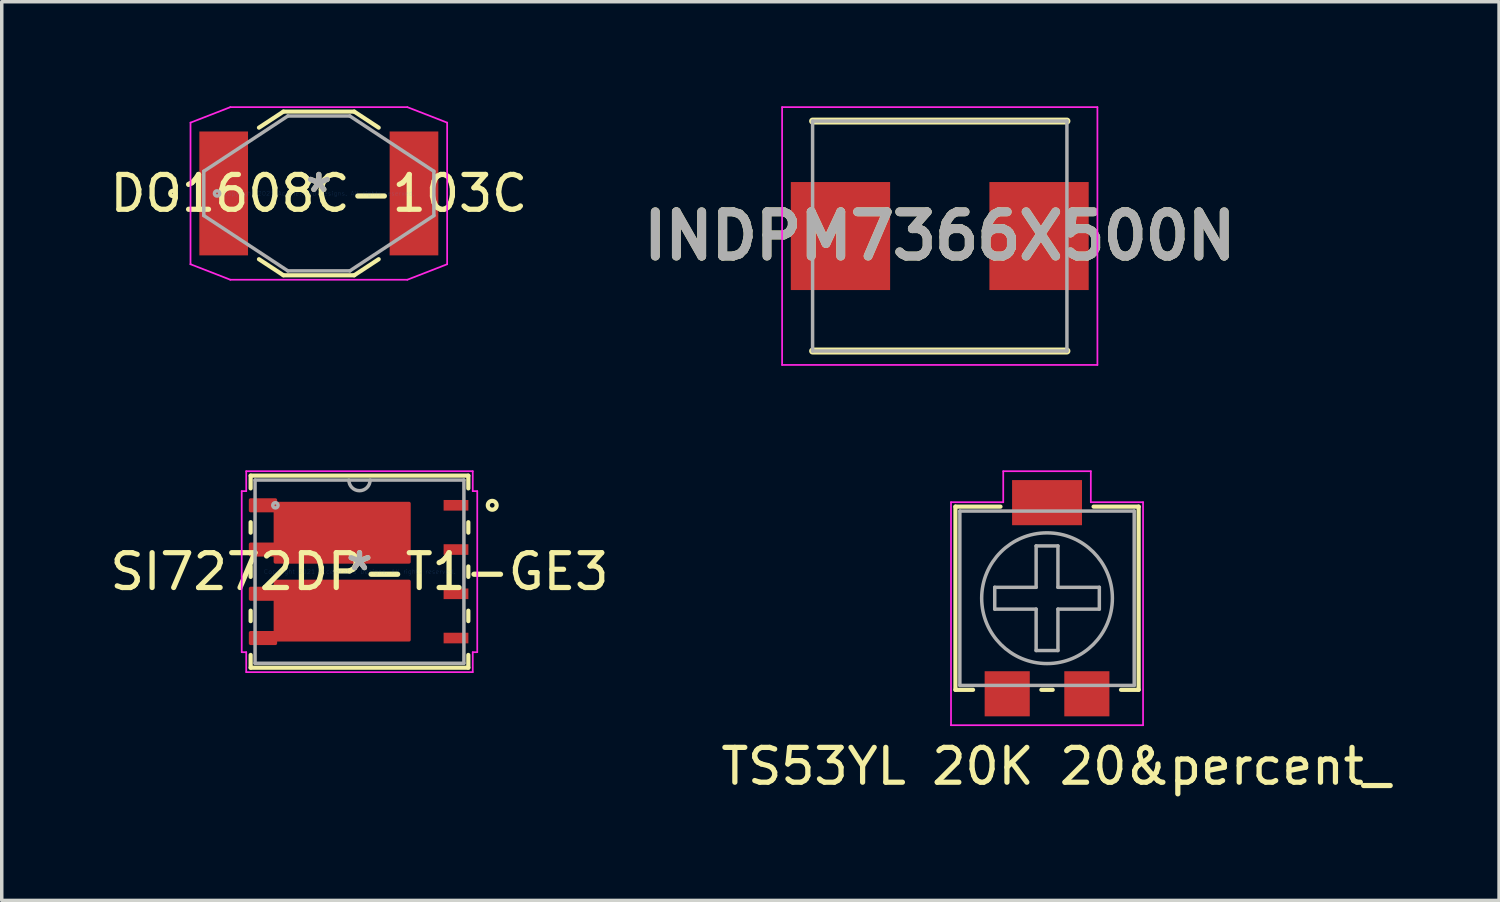
<source format=kicad_pcb>
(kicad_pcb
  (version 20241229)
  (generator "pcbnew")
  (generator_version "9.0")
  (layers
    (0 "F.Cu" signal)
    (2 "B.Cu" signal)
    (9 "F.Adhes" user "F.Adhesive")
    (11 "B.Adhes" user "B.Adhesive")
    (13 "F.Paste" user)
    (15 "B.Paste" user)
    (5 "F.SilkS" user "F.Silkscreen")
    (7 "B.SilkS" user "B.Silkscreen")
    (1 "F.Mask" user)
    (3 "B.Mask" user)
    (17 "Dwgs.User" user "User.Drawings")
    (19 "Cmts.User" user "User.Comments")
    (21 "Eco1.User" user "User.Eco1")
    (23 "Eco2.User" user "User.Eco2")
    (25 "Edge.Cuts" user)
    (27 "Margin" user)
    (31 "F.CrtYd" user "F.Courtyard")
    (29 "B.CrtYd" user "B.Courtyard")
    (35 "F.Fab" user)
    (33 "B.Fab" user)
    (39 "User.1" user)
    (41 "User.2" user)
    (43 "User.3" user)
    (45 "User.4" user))
  (footprint "TS53YL 20K 20&percent_"
    (layer "F.Cu")
    (at 27.002 14.12)
    (property "Reference" "TS53YL 20K 20&percent_" (at 0.254 4.826 0) (layer "F.SilkS") (effects (font (size 1 1) (thickness 0.15))))
    (attr through_hole)
    (fp_line (start -2.629 -2.629) (end -2.629 2.629) (stroke (width 0.12) (type solid)) (layer "F.SilkS"))
    (fp_line (start -2.629 2.629) (end -2.123 2.629) (stroke (width 0.12) (type solid)) (layer "F.SilkS"))
    (fp_line (start -1.336 -2.629) (end -2.629 -2.629) (stroke (width 0.12) (type solid)) (layer "F.SilkS"))
    (fp_line (start -0.163 2.629) (end 0.163 2.629) (stroke (width 0.12) (type solid)) (layer "F.SilkS"))
    (fp_line (start 2.123 2.629) (end 2.629 2.629) (stroke (width 0.12) (type solid)) (layer "F.SilkS"))
    (fp_line (start 2.629 -2.629) (end 1.336 -2.629) (stroke (width 0.12) (type solid)) (layer "F.SilkS"))
    (fp_line (start 2.629 -2.629) (end 2.629 2.629) (stroke (width 0.12) (type solid)) (layer "F.SilkS"))
    (fp_line (start -2.756 -2.756) (end -1.257 -2.756) (stroke (width 0.05) (type solid)) (layer "F.CrtYd"))
    (fp_line (start -2.756 3.645) (end -2.756 -2.756) (stroke (width 0.05) (type solid)) (layer "F.CrtYd"))
    (fp_line (start -2.756 3.645) (end -2.756 3.645) (stroke (width 0.05) (type solid)) (layer "F.CrtYd"))
    (fp_line (start -1.257 -3.645) (end 1.257 -3.645) (stroke (width 0.05) (type solid)) (layer "F.CrtYd"))
    (fp_line (start -1.257 -2.756) (end -1.257 -3.645) (stroke (width 0.05) (type solid)) (layer "F.CrtYd"))
    (fp_line (start 1.257 -3.645) (end 1.257 -2.756) (stroke (width 0.05) (type solid)) (layer "F.CrtYd"))
    (fp_line (start 1.257 -2.756) (end 2.756 -2.756) (stroke (width 0.05) (type solid)) (layer "F.CrtYd"))
    (fp_line (start 2.756 -2.756) (end 2.756 3.645) (stroke (width 0.05) (type solid)) (layer "F.CrtYd"))
    (fp_line (start 2.756 3.645) (end -2.756 3.645) (stroke (width 0.05) (type solid)) (layer "F.CrtYd"))
    (fp_line (start -2.502 -2.502) (end -2.502 2.502) (stroke (width 0.1) (type solid)) (layer "F.Fab"))
    (fp_line (start -2.502 2.502) (end 2.502 2.502) (stroke (width 0.1) (type solid)) (layer "F.Fab"))
    (fp_line (start -1.501 -0.313) (end -1.501 0.313) (stroke (width 0.1) (type solid)) (layer "F.Fab"))
    (fp_line (start -0.313 -1.501) (end -0.313 -0.313) (stroke (width 0.1) (type solid)) (layer "F.Fab"))
    (fp_line (start -0.313 -1.501) (end 0.313 -1.501) (stroke (width 0.1) (type solid)) (layer "F.Fab"))
    (fp_line (start -0.313 -0.313) (end -1.501 -0.313) (stroke (width 0.1) (type solid)) (layer "F.Fab"))
    (fp_line (start -0.313 0.313) (end -1.501 0.313) (stroke (width 0.1) (type solid)) (layer "F.Fab"))
    (fp_line (start -0.313 1.501) (end -0.313 0.313) (stroke (width 0.1) (type solid)) (layer "F.Fab"))
    (fp_line (start -0.313 1.501) (end 0.313 1.501) (stroke (width 0.1) (type solid)) (layer "F.Fab"))
    (fp_line (start 0.313 -1.501) (end 0.313 -0.313) (stroke (width 0.1) (type solid)) (layer "F.Fab"))
    (fp_line (start 0.313 -0.313) (end 1.501 -0.313) (stroke (width 0.1) (type solid)) (layer "F.Fab"))
    (fp_line (start 0.313 0.313) (end 1.501 0.313) (stroke (width 0.1) (type solid)) (layer "F.Fab"))
    (fp_line (start 0.313 1.501) (end 0.313 0.313) (stroke (width 0.1) (type solid)) (layer "F.Fab"))
    (fp_line (start 1.501 -0.313) (end 1.501 0.313) (stroke (width 0.1) (type solid)) (layer "F.Fab"))
    (fp_line (start 2.502 -2.502) (end -2.502 -2.502) (stroke (width 0.1) (type solid)) (layer "F.Fab"))
    (fp_line (start 2.502 -2.502) (end 2.502 2.502) (stroke (width 0.1) (type solid)) (layer "F.Fab"))
    (fp_circle (center 0 0) (end 1.876 0) (stroke (width 0.1) (type solid)) (fill no) (layer "F.Fab"))
    (pad "1" smd rect (at -1.143 2.743) (size 1.295 1.295) (layers "F.Cu" "F.Mask" "F.Paste"))
    (pad "2" smd rect (at 0 -2.743) (size 2.007 1.295) (layers "F.Cu" "F.Mask" "F.Paste"))
    (pad "3" smd rect (at 1.143 2.743) (size 1.295 1.295) (layers "F.Cu" "F.Mask" "F.Paste")))
  (footprint "INDPM7366X500N"
    (layer "F.Cu")
    (at 23.923 3.725)
    (property "Reference" "INDPM7366X500N" (at 0 0 0) (layer "F.SilkS") (effects (font (size 1.27 1.27) (thickness 0.254))))
    (attr smd)
    (fp_line (start -3.65 3.3) (end 3.65 3.3) (stroke (width 0.2) (type solid)) (layer "F.SilkS"))
    (fp_line (start 3.65 -3.3) (end -3.65 -3.3) (stroke (width 0.2) (type solid)) (layer "F.SilkS"))
    (fp_line (start -4.525 -3.7) (end 4.525 -3.7) (stroke (width 0.05) (type solid)) (layer "F.CrtYd"))
    (fp_line (start -4.525 3.7) (end -4.525 -3.7) (stroke (width 0.05) (type solid)) (layer "F.CrtYd"))
    (fp_line (start 4.525 -3.7) (end 4.525 3.7) (stroke (width 0.05) (type solid)) (layer "F.CrtYd"))
    (fp_line (start 4.525 3.7) (end -4.525 3.7) (stroke (width 0.05) (type solid)) (layer "F.CrtYd"))
    (fp_line (start -3.65 -3.3) (end 3.65 -3.3) (stroke (width 0.1) (type solid)) (layer "F.Fab"))
    (fp_line (start -3.65 3.3) (end -3.65 -3.3) (stroke (width 0.1) (type solid)) (layer "F.Fab"))
    (fp_line (start 3.65 -3.3) (end 3.65 3.3) (stroke (width 0.1) (type solid)) (layer "F.Fab"))
    (fp_line (start 3.65 3.3) (end -3.65 3.3) (stroke (width 0.1) (type solid)) (layer "F.Fab"))
    (fp_text user "${REFERENCE}" (at 0 0 0) (layer "F.Fab") (effects (font (size 1.27 1.27) (thickness 0.254))))
    (pad "1" smd rect (at -2.85 0) (size 2.85 3.1) (layers "F.Cu" "F.Mask" "F.Paste"))
    (pad "2" smd rect (at 2.85 0) (size 2.85 3.1) (layers "F.Cu" "F.Mask" "F.Paste")))
  (footprint "DO1608C-103C"
    (layer "F.Cu")
    (at 6.101 2.502)
    (property "Reference" "DO1608C-103C" (at 0 0 0) (layer "F.SilkS") (effects (font (size 1 1) (thickness 0.15))))
    (attr through_hole)
    (fp_line (start -1.718 -1.888) (end -1.016 -2.349) (stroke (width 0.12) (type solid)) (layer "F.SilkS"))
    (fp_line (start -1.016 -2.349) (end 1.016 -2.349) (stroke (width 0.12) (type solid)) (layer "F.SilkS"))
    (fp_line (start -1.016 2.349) (end -1.718 1.888) (stroke (width 0.12) (type solid)) (layer "F.SilkS"))
    (fp_line (start 1.016 -2.349) (end 1.718 -1.888) (stroke (width 0.12) (type solid)) (layer "F.SilkS"))
    (fp_line (start 1.016 2.349) (end -1.016 2.349) (stroke (width 0.12) (type solid)) (layer "F.SilkS"))
    (fp_line (start 1.718 1.888) (end 1.016 2.349) (stroke (width 0.12) (type solid)) (layer "F.SilkS"))
    (fp_circle (center -4.191 0) (end -4.115 0) (stroke (width 0.12) (type solid)) (fill no) (layer "F.SilkS"))
    (fp_line (start -3.683 -2.032) (end -2.54 -2.477) (stroke (width 0.05) (type solid)) (layer "F.CrtYd"))
    (fp_line (start -3.683 2.032) (end -3.683 -2.032) (stroke (width 0.05) (type solid)) (layer "F.CrtYd"))
    (fp_line (start -3.683 2.032) (end -3.683 2.032) (stroke (width 0.05) (type solid)) (layer "F.CrtYd"))
    (fp_line (start -2.54 -2.477) (end 2.54 -2.477) (stroke (width 0.05) (type solid)) (layer "F.CrtYd"))
    (fp_line (start -2.54 2.477) (end -3.683 2.032) (stroke (width 0.05) (type solid)) (layer "F.CrtYd"))
    (fp_line (start 2.54 -2.477) (end 3.683 -2.032) (stroke (width 0.05) (type solid)) (layer "F.CrtYd"))
    (fp_line (start 2.54 2.477) (end -2.54 2.477) (stroke (width 0.05) (type solid)) (layer "F.CrtYd"))
    (fp_line (start 3.683 -2.032) (end 3.683 2.032) (stroke (width 0.05) (type solid)) (layer "F.CrtYd"))
    (fp_line (start 3.683 2.032) (end 2.54 2.477) (stroke (width 0.05) (type solid)) (layer "F.CrtYd"))
    (fp_line (start -3.302 -0.635) (end -0.889 -2.223) (stroke (width 0.1) (type solid)) (layer "F.Fab"))
    (fp_line (start -3.302 0.635) (end -3.302 -0.635) (stroke (width 0.1) (type solid)) (layer "F.Fab"))
    (fp_line (start -0.889 -2.223) (end 0.889 -2.223) (stroke (width 0.1) (type solid)) (layer "F.Fab"))
    (fp_line (start -0.889 2.223) (end -3.302 0.635) (stroke (width 0.1) (type solid)) (layer "F.Fab"))
    (fp_line (start 0.889 -2.223) (end 3.302 -0.635) (stroke (width 0.1) (type solid)) (layer "F.Fab"))
    (fp_line (start 0.889 2.223) (end -0.889 2.223) (stroke (width 0.1) (type solid)) (layer "F.Fab"))
    (fp_line (start 3.302 -0.635) (end 3.302 0.635) (stroke (width 0.1) (type solid)) (layer "F.Fab"))
    (fp_line (start 3.302 0.635) (end 0.889 2.223) (stroke (width 0.1) (type solid)) (layer "F.Fab"))
    (fp_circle (center -2.921 0) (end -2.845 0) (stroke (width 0.1) (type solid)) (fill no) (layer "F.Fab"))
    (fp_text user "*" (at 0 0 0) (layer "F.SilkS") (effects (font (size 1 1) (thickness 0.15))))
    (fp_text user "Copyright 2021 Accelerated Designs. All rights reserved." (at 0 0 0) (layer "Cmts.User") (effects (font (size 0.127 0.127) (thickness 0.002))))
    (fp_text user "*" (at 0 0 0) (layer "F.Fab") (effects (font (size 1 1) (thickness 0.15))))
    (pad "1" smd rect (at -2.731 0) (size 1.397 3.556) (layers "F.Cu" "F.Mask" "F.Paste"))
    (pad "2" smd rect (at 2.731 0) (size 1.397 3.556) (layers "F.Cu" "F.Mask" "F.Paste")))
  (footprint "SI7272DP-T1-GE3"
    (layer "F.Cu")
    (at 7.268 13.358)
    (property "Reference" "SI7272DP-T1-GE3" (at 0 0 0) (layer "F.SilkS") (effects (font (size 1 1) (thickness 0.15))))
    (attr through_hole)
    (fp_poly (pts (xy -3.126 -2.057) (xy -2.414 -2.057) (xy -2.414 -1.956) (xy 1.421 -1.956) (xy 1.421 -0.28) (xy -2.414 -0.28) (xy -2.414 -0.483) (xy -3.126 -0.483) (xy -3.126 -0.787) (xy -2.414 -0.787) (xy -2.414 -1.753) (xy -3.126 -1.753)) (stroke (width 0.1) (type solid)) (fill yes) (layer "F.Cu"))
    (fp_poly (pts (xy -2.414 2.057) (xy -3.126 2.057) (xy -3.126 1.753) (xy -2.414 1.753) (xy -2.414 0.787) (xy -3.126 0.787) (xy -3.126 0.483) (xy -2.414 0.483) (xy -2.414 0.28) (xy 1.421 0.28) (xy 1.421 1.956) (xy -2.414 1.956)) (stroke (width 0.1) (type solid)) (fill yes) (layer "F.Cu"))
    (fp_poly (pts (xy -3.126 -2.057) (xy -2.414 -2.057) (xy -2.414 -1.956) (xy 1.421 -1.956) (xy 1.421 -0.28) (xy -2.414 -0.28) (xy -2.414 -0.483) (xy -3.126 -0.483) (xy -3.126 -0.787) (xy -2.414 -0.787) (xy -2.414 -1.753) (xy -3.126 -1.753)) (stroke (width 0.1) (type solid)) (fill yes) (layer "F.Mask"))
    (fp_poly (pts (xy -3.126 0.483) (xy -2.414 0.483) (xy -2.414 0.28) (xy 1.421 0.28) (xy 1.421 1.956) (xy -2.414 1.956) (xy -2.414 2.057) (xy -3.126 2.057) (xy -3.126 1.753) (xy -2.414 1.753) (xy -2.414 0.787) (xy -3.126 0.787)) (stroke (width 0.1) (type solid)) (fill yes) (layer "F.Mask"))
    (fp_line (start -3.124 -2.756) (end -3.124 -2.39) (stroke (width 0.12) (type solid)) (layer "F.SilkS"))
    (fp_line (start -3.124 -1.42) (end -3.124 -1.12) (stroke (width 0.12) (type solid)) (layer "F.SilkS"))
    (fp_line (start -3.124 -0.15) (end -3.124 0.15) (stroke (width 0.12) (type solid)) (layer "F.SilkS"))
    (fp_line (start -3.124 1.12) (end -3.124 1.42) (stroke (width 0.12) (type solid)) (layer "F.SilkS"))
    (fp_line (start -3.124 2.39) (end -3.124 2.756) (stroke (width 0.12) (type solid)) (layer "F.SilkS"))
    (fp_line (start -3.124 2.756) (end 3.124 2.756) (stroke (width 0.12) (type solid)) (layer "F.SilkS"))
    (fp_line (start 3.124 -2.756) (end -3.124 -2.756) (stroke (width 0.12) (type solid)) (layer "F.SilkS"))
    (fp_line (start 3.124 -2.39) (end 3.124 -2.756) (stroke (width 0.12) (type solid)) (layer "F.SilkS"))
    (fp_line (start 3.124 -1.12) (end 3.124 -1.42) (stroke (width 0.12) (type solid)) (layer "F.SilkS"))
    (fp_line (start 3.124 0.15) (end 3.124 -0.15) (stroke (width 0.12) (type solid)) (layer "F.SilkS"))
    (fp_line (start 3.124 1.42) (end 3.124 1.12) (stroke (width 0.12) (type solid)) (layer "F.SilkS"))
    (fp_line (start 3.124 2.756) (end 3.124 2.39) (stroke (width 0.12) (type solid)) (layer "F.SilkS"))
    (fp_circle (center 3.81 -1.905) (end 3.937 -1.905) (stroke (width 0.12) (type solid)) (fill no) (layer "F.SilkS"))
    (fp_poly (pts (xy -3.126 -2.057) (xy -2.414 -2.057) (xy -2.414 -1.956) (xy 1.421 -1.956) (xy 1.421 -0.28) (xy -2.414 -0.28) (xy -2.414 -0.483) (xy -3.126 -0.483) (xy -3.126 -0.787) (xy -2.414 -0.787) (xy -2.414 -1.753) (xy -3.126 -1.753)) (stroke (width 0.1) (type solid)) (fill yes) (layer "F.Paste"))
    (fp_poly (pts (xy 1.421 1.956) (xy -2.414 1.956) (xy -2.414 2.057) (xy -2.997 2.057) (xy -3.126 2.057) (xy -3.126 1.753) (xy -2.414 1.753) (xy -2.414 0.787) (xy -3.126 0.787) (xy -3.126 0.483) (xy -2.414 0.483) (xy -2.414 0.28) (xy 1.421 0.28)) (stroke (width 0.1) (type solid)) (fill yes) (layer "F.Paste"))
    (fp_line (start -3.38 -2.311) (end -3.251 -2.311) (stroke (width 0.05) (type solid)) (layer "F.CrtYd"))
    (fp_line (start -3.38 2.311) (end -3.38 -2.311) (stroke (width 0.05) (type solid)) (layer "F.CrtYd"))
    (fp_line (start -3.251 -2.883) (end 3.251 -2.883) (stroke (width 0.05) (type solid)) (layer "F.CrtYd"))
    (fp_line (start -3.251 -2.311) (end -3.251 -2.883) (stroke (width 0.05) (type solid)) (layer "F.CrtYd"))
    (fp_line (start -3.251 2.311) (end -3.38 2.311) (stroke (width 0.05) (type solid)) (layer "F.CrtYd"))
    (fp_line (start -3.251 2.883) (end -3.251 2.311) (stroke (width 0.05) (type solid)) (layer "F.CrtYd"))
    (fp_line (start 3.251 -2.883) (end 3.251 -2.311) (stroke (width 0.05) (type solid)) (layer "F.CrtYd"))
    (fp_line (start 3.251 -2.311) (end 3.38 -2.311) (stroke (width 0.05) (type solid)) (layer "F.CrtYd"))
    (fp_line (start 3.251 2.311) (end 3.251 2.883) (stroke (width 0.05) (type solid)) (layer "F.CrtYd"))
    (fp_line (start 3.251 2.883) (end -3.251 2.883) (stroke (width 0.05) (type solid)) (layer "F.CrtYd"))
    (fp_line (start 3.38 -2.311) (end 3.38 2.311) (stroke (width 0.05) (type solid)) (layer "F.CrtYd"))
    (fp_line (start 3.38 2.311) (end 3.251 2.311) (stroke (width 0.05) (type solid)) (layer "F.CrtYd"))
    (fp_line (start -2.997 -2.629) (end -2.997 2.629) (stroke (width 0.1) (type solid)) (layer "F.Fab"))
    (fp_line (start -2.997 2.629) (end 2.997 2.629) (stroke (width 0.1) (type solid)) (layer "F.Fab"))
    (fp_line (start 2.997 -2.629) (end -2.997 -2.629) (stroke (width 0.1) (type solid)) (layer "F.Fab"))
    (fp_line (start 2.997 2.629) (end 2.997 -2.629) (stroke (width 0.1) (type solid)) (layer "F.Fab"))
    (fp_arc (start 0.3048 -2.6289) (mid 0 -2.3241) (end -0.3048 -2.6289) (stroke (width 0.1) (type solid)) (layer "F.Fab"))
    (fp_circle (center -2.414 -1.905) (end -2.338 -1.905) (stroke (width 0.1) (type solid)) (fill no) (layer "F.Fab"))
    (fp_text user "*" (at 0 0 0) (layer "F.SilkS") (effects (font (size 1 1) (thickness 0.15))))
    (fp_text user "Copyright 2021 Accelerated Designs. All rights reserved." (at 0 0 0) (layer "Cmts.User") (effects (font (size 0.127 0.127) (thickness 0.002))))
    (fp_text user "*" (at 0 0 0) (layer "F.Fab") (effects (font (size 1 1) (thickness 0.15))))
    (pad "1" smd rect (at 2.77 -1.905) (size 0.711 0.305) (layers "F.Cu" "F.Mask" "F.Paste"))
    (pad "2" smd rect (at 2.77 -0.635) (size 0.711 0.305) (layers "F.Cu" "F.Mask" "F.Paste"))
    (pad "3" smd rect (at 2.77 0.635) (size 0.711 0.305) (layers "F.Cu" "F.Mask" "F.Paste"))
    (pad "4" smd rect (at 2.77 1.905) (size 0.711 0.305) (layers "F.Cu" "F.Mask" "F.Paste"))
    (pad "5" smd rect (at -2.77 1.905) (size 0.711 0.305) (layers "F.Cu" "F.Mask" "F.Paste"))
    (pad "6" smd rect (at -2.77 0.635) (size 0.711 0.305) (layers "F.Cu" "F.Mask" "F.Paste"))
    (pad "7" smd rect (at -2.77 -0.635) (size 0.711 0.305) (layers "F.Cu" "F.Mask" "F.Paste"))
    (pad "8" smd rect (at -2.77 -1.905) (size 0.711 0.305) (layers "F.Cu" "F.Mask" "F.Paste")))
  (gr_rect
    (start -3 -3)
    (end 39.976 22.794)
    (stroke (width 0.1) (type default))
    (fill no)
    (layer "Edge.Cuts")))
</source>
